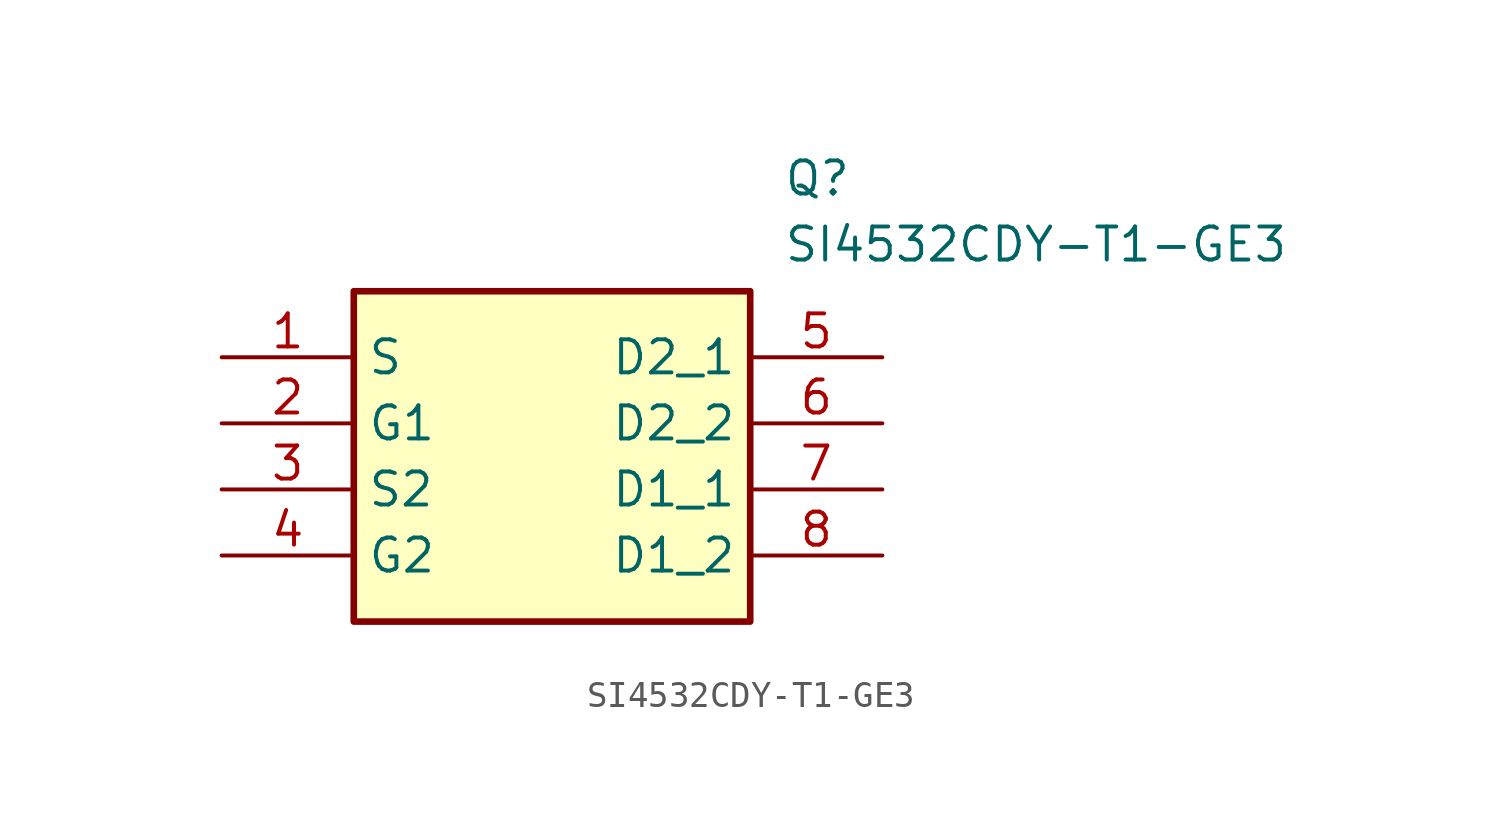
<source format=kicad_sym>
(kicad_symbol_lib
  (version 20211014)
  (generator SamacSys_ECAD_Model)
  (symbol "SI4532CDY-T1-GE3"
    (property "Reference" "Q"
      (at 21.59 7.62 0)
      (effects (font (size 1.27 1.27)) (justify left top)))
    (property "Value" "SI4532CDY-T1-GE3"
      (at 21.59 5.08 0)
      (effects (font (size 1.27 1.27)) (justify left top)))
    (rectangle
      (start 5.08 2.54)
      (end 20.32 -10.16)
      (stroke (width 0.254) (type default))
      (fill (type background)))
    (pin passive line
      (at 0 0 0)
      (length 5.08)
      (name "S" (effects (font (size 1.27 1.27))))
      (number "1" (effects (font (size 1.27 1.27)))))
    (pin passive line
      (at 0 -2.54 0)
      (length 5.08)
      (name "G1" (effects (font (size 1.27 1.27))))
      (number "2" (effects (font (size 1.27 1.27)))))
    (pin passive line
      (at 0 -5.08 0)
      (length 5.08)
      (name "S2" (effects (font (size 1.27 1.27))))
      (number "3" (effects (font (size 1.27 1.27)))))
    (pin passive line
      (at 0 -7.62 0)
      (length 5.08)
      (name "G2" (effects (font (size 1.27 1.27))))
      (number "4" (effects (font (size 1.27 1.27)))))
    (pin passive line
      (at 25.4 0 180)
      (length 5.08)
      (name "D2_1" (effects (font (size 1.27 1.27))))
      (number "5" (effects (font (size 1.27 1.27)))))
    (pin passive line
      (at 25.4 -2.54 180)
      (length 5.08)
      (name "D2_2" (effects (font (size 1.27 1.27))))
      (number "6" (effects (font (size 1.27 1.27)))))
    (pin passive line
      (at 25.4 -5.08 180)
      (length 5.08)
      (name "D1_1" (effects (font (size 1.27 1.27))))
      (number "7" (effects (font (size 1.27 1.27)))))
    (pin passive line
      (at 25.4 -7.62 180)
      (length 5.08)
      (name "D1_2" (effects (font (size 1.27 1.27))))
      (number "8" (effects (font (size 1.27 1.27)))))))
</source>
